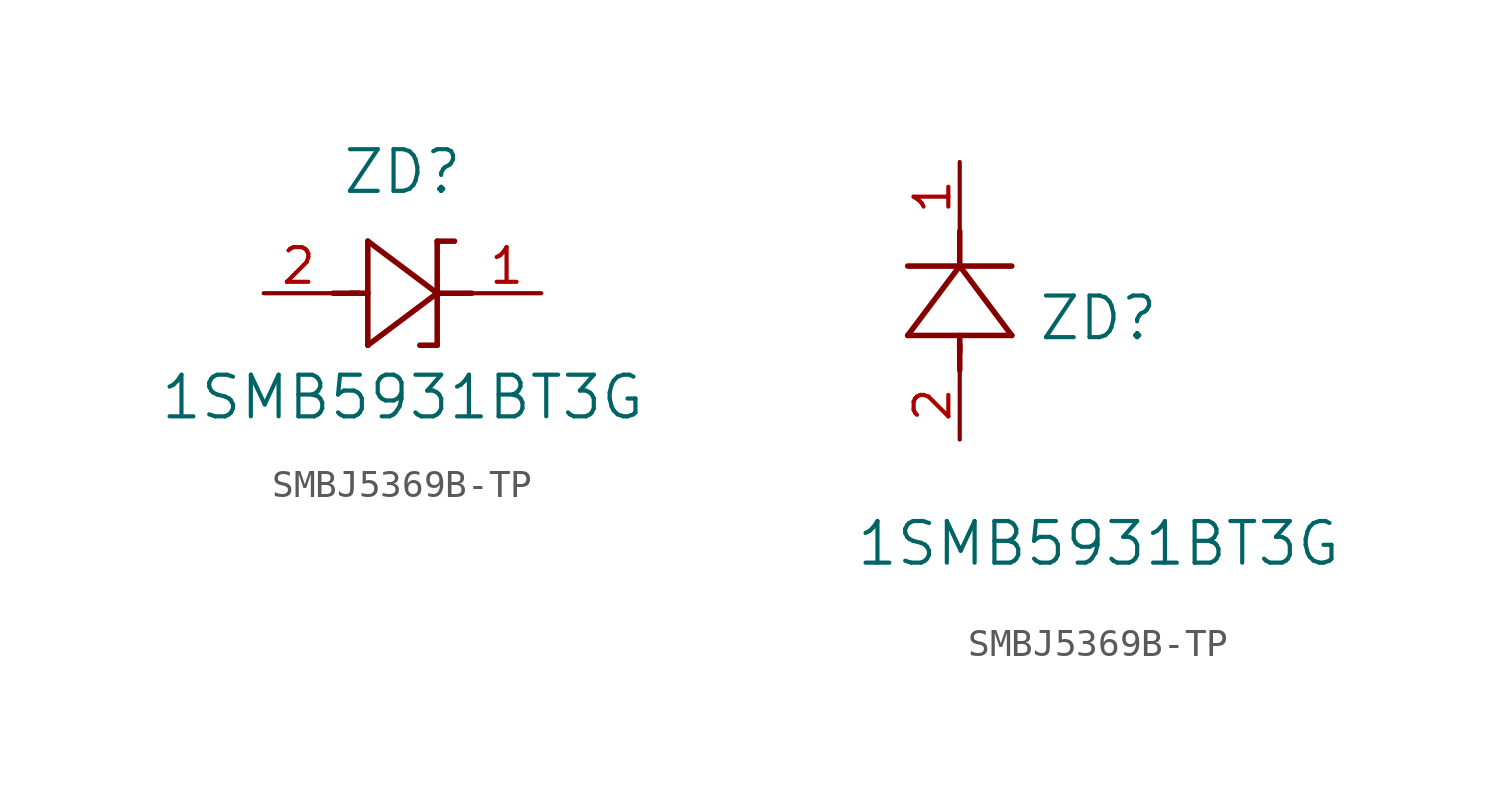
<source format=kicad_sym>
(kicad_symbol_lib
  (version 20241209)
  (generator "kicad_symbol_editor")
  (generator_version "9.0")
  (symbol "SMBJ5369B-TP"
    (pin_names
      (offset 0.254))
    (property "Reference" "ZD"
      (at 5.08 4.445 0)
      (effects (font (size 1.524 1.524))))
    (property "Value" "1SMB5931BT3G"
      (at 5.08 -3.81 0)
      (effects (font (size 1.524 1.524))))
    (symbol "SMBJ5369B-TP_1_1"
      (polyline (pts (xy 2.54 0) (xy 3.48 0)) (stroke (width 0.203) (type default)) (fill (type none)))
      (polyline (pts (xy 3.175 0) (xy 3.81 0)) (stroke (width 0.203) (type default)) (fill (type none)))
      (polyline (pts (xy 3.81 1.905) (xy 3.81 -1.905)) (stroke (width 0.203) (type default)) (fill (type none)))
      (polyline (pts (xy 3.81 -1.905) (xy 6.35 0)) (stroke (width 0.203) (type default)) (fill (type none)))
      (polyline (pts (xy 6.35 1.905) (xy 6.985 1.905)) (stroke (width 0.203) (type default)) (fill (type none)))
      (polyline (pts (xy 6.35 0) (xy 3.81 1.905)) (stroke (width 0.203) (type default)) (fill (type none)))
      (polyline (pts (xy 6.35 0) (xy 7.62 0)) (stroke (width 0.203) (type default)) (fill (type none)))
      (polyline (pts (xy 6.35 -1.905) (xy 5.715 -1.905)) (stroke (width 0.203) (type default)) (fill (type none)))
      (polyline (pts (xy 6.35 -1.905) (xy 6.35 1.905)) (stroke (width 0.203) (type default)) (fill (type none)))
      (pin unspecified line (at 0 0 0) (length 2.54) (name "" (effects (font (size 1.27 1.27)))) (number "2" (effects (font (size 1.27 1.27)))))
      (pin unspecified line (at 10.16 0 180) (length 2.54) (name "" (effects (font (size 1.27 1.27)))) (number "1" (effects (font (size 1.27 1.27))))))
    (symbol "SMBJ5369B-TP_1_2"
      (polyline (pts (xy -1.905 3.81) (xy 1.905 3.81)) (stroke (width 0.203) (type default)) (fill (type none)))
      (polyline (pts (xy 0 6.35) (xy -1.905 3.81)) (stroke (width 0.203) (type default)) (fill (type none)))
      (polyline (pts (xy 0 6.35) (xy 0 7.62)) (stroke (width 0.203) (type default)) (fill (type none)))
      (polyline (pts (xy 0 3.175) (xy 0 3.81)) (stroke (width 0.203) (type default)) (fill (type none)))
      (polyline (pts (xy 0 2.54) (xy 0 3.48)) (stroke (width 0.203) (type default)) (fill (type none)))
      (polyline (pts (xy 1.905 6.35) (xy -1.905 6.35)) (stroke (width 0.203) (type default)) (fill (type none)))
      (polyline (pts (xy 1.905 3.81) (xy 0 6.35)) (stroke (width 0.203) (type default)) (fill (type none)))
      (pin unspecified line (at 0 10.16 270) (length 2.54) (name "" (effects (font (size 1.27 1.27)))) (number "1" (effects (font (size 1.27 1.27)))))
      (pin unspecified line (at 0 0 90) (length 2.54) (name "" (effects (font (size 1.27 1.27)))) (number "2" (effects (font (size 1.27 1.27))))))))
</source>
